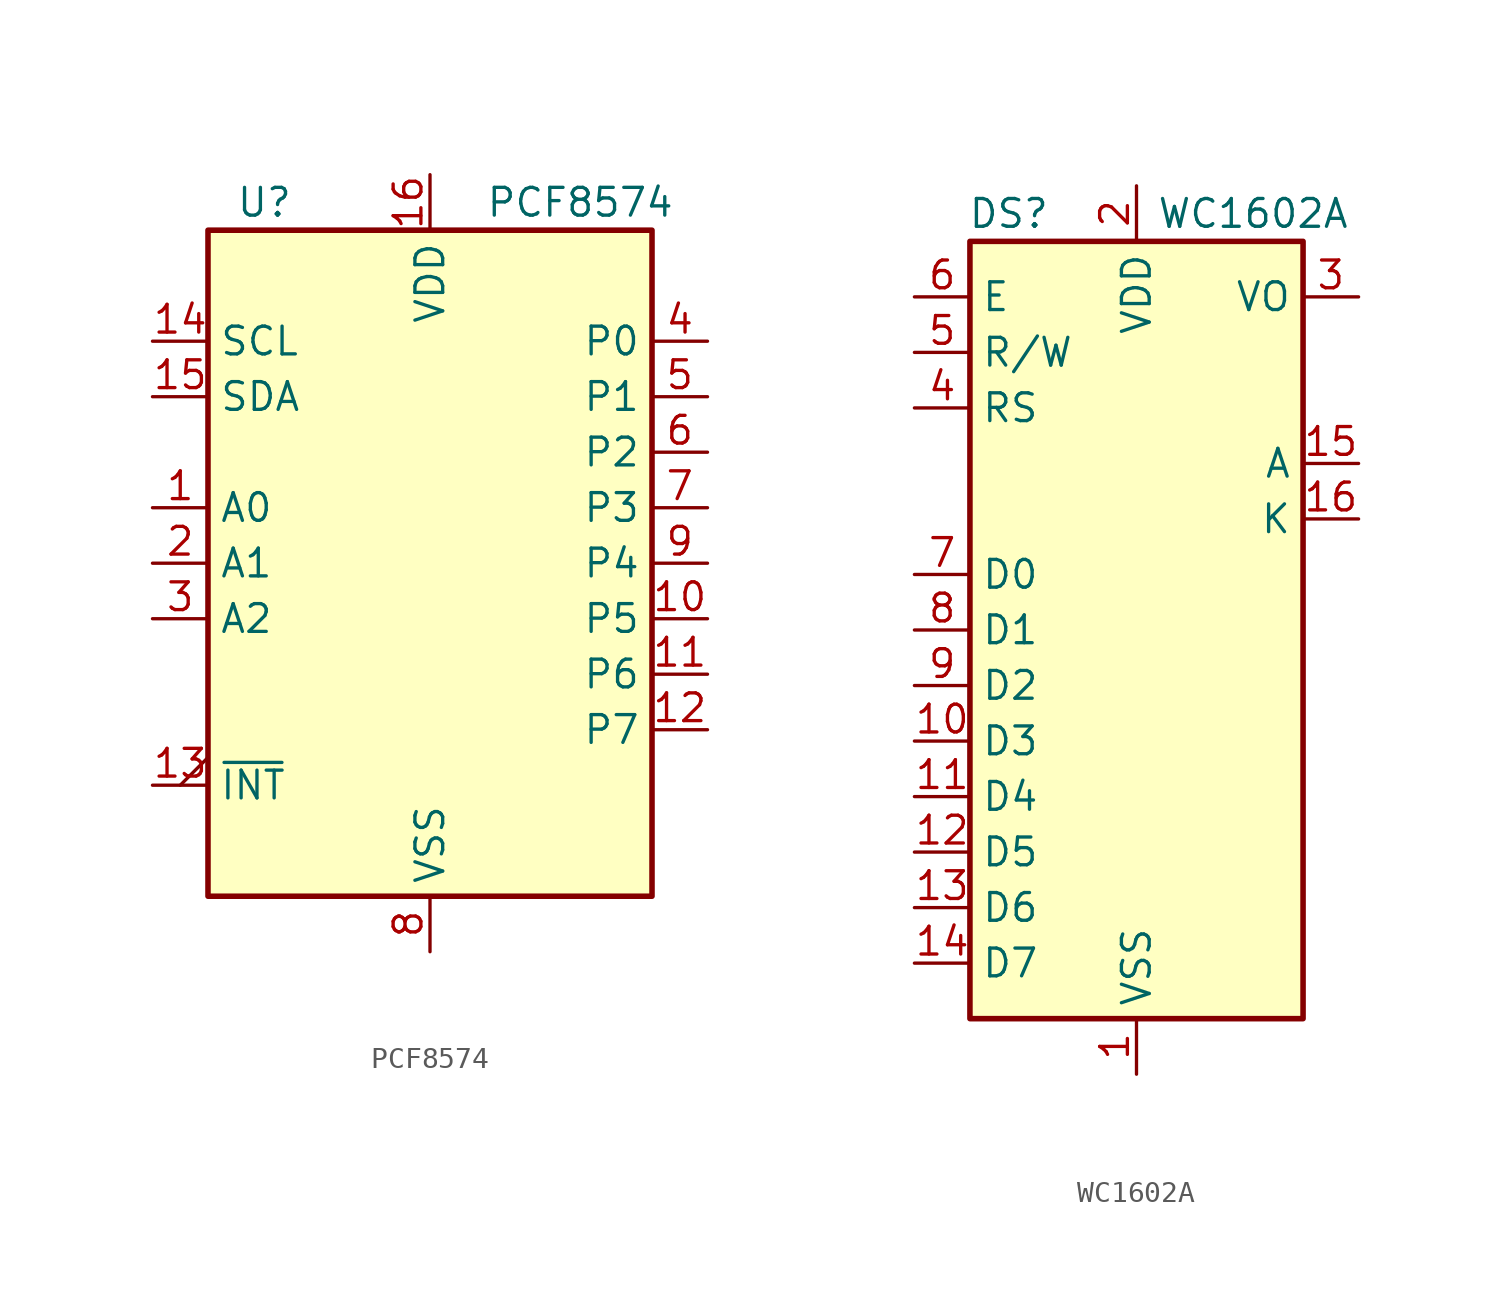
<source format=kicad_sym>
(kicad_symbol_lib
  (version 20231120)
  (generator "kicad_symbol_editor")
  (generator_version "8.0")
  (symbol "PCF8574"
    (property "Reference" "U"
      (at -8.89 16.51 0)
      (effects (font (size 1.27 1.27)) (justify left)))
    (property "Value" "PCF8574"
      (at 2.54 16.51 0)
      (effects (font (size 1.27 1.27)) (justify left)))
    (symbol "PCF8574_0_1"
      (rectangle (start -10.16 15.24) (end 10.16 -15.24) (stroke (width 0.254) (type default)) (fill (type background))))
    (symbol "PCF8574_1_1"
      (pin input line (at -12.7 2.54 0) (length 2.54) (name "A0" (effects (font (size 1.27 1.27)))) (number "1" (effects (font (size 1.27 1.27)))))
      (pin bidirectional line (at 12.7 -2.54 180) (length 2.54) (name "P5" (effects (font (size 1.27 1.27)))) (number "10" (effects (font (size 1.27 1.27)))))
      (pin bidirectional line (at 12.7 -5.08 180) (length 2.54) (name "P6" (effects (font (size 1.27 1.27)))) (number "11" (effects (font (size 1.27 1.27)))))
      (pin bidirectional line (at 12.7 -7.62 180) (length 2.54) (name "P7" (effects (font (size 1.27 1.27)))) (number "12" (effects (font (size 1.27 1.27)))))
      (pin open_collector output_low (at -12.7 -10.16 0) (length 2.54) (name "~{INT}" (effects (font (size 1.27 1.27)))) (number "13" (effects (font (size 1.27 1.27)))))
      (pin input line (at -12.7 10.16 0) (length 2.54) (name "SCL" (effects (font (size 1.27 1.27)))) (number "14" (effects (font (size 1.27 1.27)))))
      (pin bidirectional line (at -12.7 7.62 0) (length 2.54) (name "SDA" (effects (font (size 1.27 1.27)))) (number "15" (effects (font (size 1.27 1.27)))))
      (pin input line (at 0 17.78 270) (length 2.54) (name "VDD" (effects (font (size 1.27 1.27)))) (number "16" (effects (font (size 1.27 1.27)))))
      (pin input line (at -12.7 0 0) (length 2.54) (name "A1" (effects (font (size 1.27 1.27)))) (number "2" (effects (font (size 1.27 1.27)))))
      (pin input line (at -12.7 -2.54 0) (length 2.54) (name "A2" (effects (font (size 1.27 1.27)))) (number "3" (effects (font (size 1.27 1.27)))))
      (pin bidirectional line (at 12.7 10.16 180) (length 2.54) (name "P0" (effects (font (size 1.27 1.27)))) (number "4" (effects (font (size 1.27 1.27)))))
      (pin bidirectional line (at 12.7 7.62 180) (length 2.54) (name "P1" (effects (font (size 1.27 1.27)))) (number "5" (effects (font (size 1.27 1.27)))))
      (pin bidirectional line (at 12.7 5.08 180) (length 2.54) (name "P2" (effects (font (size 1.27 1.27)))) (number "6" (effects (font (size 1.27 1.27)))))
      (pin bidirectional line (at 12.7 2.54 180) (length 2.54) (name "P3" (effects (font (size 1.27 1.27)))) (number "7" (effects (font (size 1.27 1.27)))))
      (pin power_in line (at 0 -17.78 90) (length 2.54) (name "VSS" (effects (font (size 1.27 1.27)))) (number "8" (effects (font (size 1.27 1.27)))))
      (pin bidirectional line (at 12.7 0 180) (length 2.54) (name "P4" (effects (font (size 1.27 1.27)))) (number "9" (effects (font (size 1.27 1.27)))))))
  (symbol "WC1602A"
    (property "Reference" "DS"
      (at -5.842 19.05 0)
      (effects (font (size 1.27 1.27))))
    (property "Value" "WC1602A"
      (at 5.334 19.05 0)
      (effects (font (size 1.27 1.27))))
    (symbol "WC1602A_1_1"
      (rectangle (start -7.62 17.78) (end 7.62 -17.78) (stroke (width 0.254) (type default)) (fill (type background)))
      (pin power_in line (at 0 -20.32 90) (length 2.54) (name "VSS" (effects (font (size 1.27 1.27)))) (number "1" (effects (font (size 1.27 1.27)))))
      (pin input line (at -10.16 -5.08 0) (length 2.54) (name "D3" (effects (font (size 1.27 1.27)))) (number "10" (effects (font (size 1.27 1.27)))))
      (pin input line (at -10.16 -7.62 0) (length 2.54) (name "D4" (effects (font (size 1.27 1.27)))) (number "11" (effects (font (size 1.27 1.27)))))
      (pin input line (at -10.16 -10.16 0) (length 2.54) (name "D5" (effects (font (size 1.27 1.27)))) (number "12" (effects (font (size 1.27 1.27)))))
      (pin input line (at -10.16 -12.7 0) (length 2.54) (name "D6" (effects (font (size 1.27 1.27)))) (number "13" (effects (font (size 1.27 1.27)))))
      (pin input line (at -10.16 -15.24 0) (length 2.54) (name "D7" (effects (font (size 1.27 1.27)))) (number "14" (effects (font (size 1.27 1.27)))))
      (pin power_in line (at 10.16 7.62 180) (length 2.54) (name "A" (effects (font (size 1.27 1.27)))) (number "15" (effects (font (size 1.27 1.27)))))
      (pin power_in line (at 10.16 5.08 180) (length 2.54) (name "K" (effects (font (size 1.27 1.27)))) (number "16" (effects (font (size 1.27 1.27)))))
      (pin power_in line (at 0 20.32 270) (length 2.54) (name "VDD" (effects (font (size 1.27 1.27)))) (number "2" (effects (font (size 1.27 1.27)))))
      (pin input line (at 10.16 15.24 180) (length 2.54) (name "VO" (effects (font (size 1.27 1.27)))) (number "3" (effects (font (size 1.27 1.27)))))
      (pin input line (at -10.16 10.16 0) (length 2.54) (name "RS" (effects (font (size 1.27 1.27)))) (number "4" (effects (font (size 1.27 1.27)))))
      (pin input line (at -10.16 12.7 0) (length 2.54) (name "R/W" (effects (font (size 1.27 1.27)))) (number "5" (effects (font (size 1.27 1.27)))))
      (pin input line (at -10.16 15.24 0) (length 2.54) (name "E" (effects (font (size 1.27 1.27)))) (number "6" (effects (font (size 1.27 1.27)))))
      (pin input line (at -10.16 2.54 0) (length 2.54) (name "D0" (effects (font (size 1.27 1.27)))) (number "7" (effects (font (size 1.27 1.27)))))
      (pin input line (at -10.16 0 0) (length 2.54) (name "D1" (effects (font (size 1.27 1.27)))) (number "8" (effects (font (size 1.27 1.27)))))
      (pin input line (at -10.16 -2.54 0) (length 2.54) (name "D2" (effects (font (size 1.27 1.27)))) (number "9" (effects (font (size 1.27 1.27))))))))
</source>
